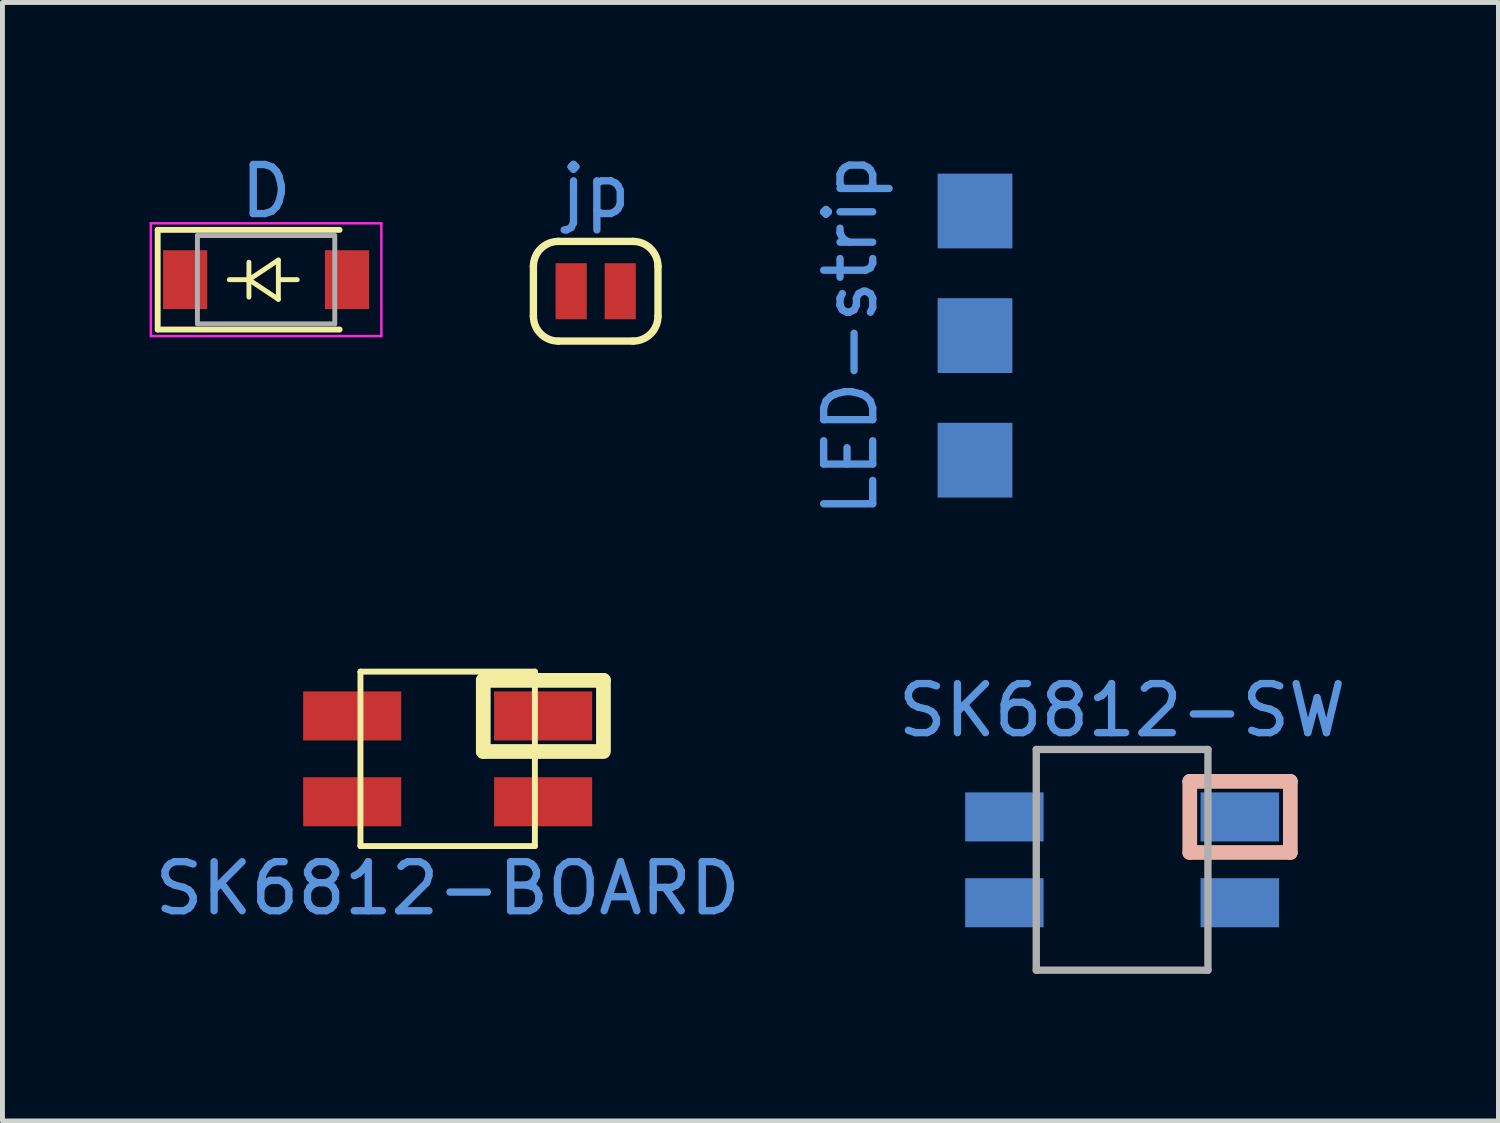
<source format=kicad_pcb>
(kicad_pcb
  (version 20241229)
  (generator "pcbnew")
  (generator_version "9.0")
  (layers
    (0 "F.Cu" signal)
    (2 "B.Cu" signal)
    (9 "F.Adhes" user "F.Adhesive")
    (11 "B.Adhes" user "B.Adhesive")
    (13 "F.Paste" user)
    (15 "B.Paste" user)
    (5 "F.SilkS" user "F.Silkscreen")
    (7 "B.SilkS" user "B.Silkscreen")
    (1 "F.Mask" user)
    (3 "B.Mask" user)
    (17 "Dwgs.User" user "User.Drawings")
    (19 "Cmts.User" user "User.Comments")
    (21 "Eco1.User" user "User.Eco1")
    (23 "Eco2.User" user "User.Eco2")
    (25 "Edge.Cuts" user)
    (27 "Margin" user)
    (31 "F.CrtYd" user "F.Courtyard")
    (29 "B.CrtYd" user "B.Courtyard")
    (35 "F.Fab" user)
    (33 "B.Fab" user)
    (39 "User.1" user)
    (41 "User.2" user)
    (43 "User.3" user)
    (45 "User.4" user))
  (footprint "SK6812-BOARD"
    (layer "F.Cu")
    (at 6.077 12.421)
    (property "Reference" "SK6812-BOARD" (at 0 2.642 0) (layer "Cmts.User") (effects (font (size 1 1) (thickness 0.15))))
    (attr through_hole)
    (fp_line (start -1.778 -1.778) (end -1.778 1.778) (stroke (width 0.12) (type solid)) (layer "F.SilkS"))
    (fp_line (start -1.778 1.778) (end 1.778 1.778) (stroke (width 0.12) (type solid)) (layer "F.SilkS"))
    (fp_line (start 0.726 -1.6) (end 0.726 -0.15) (stroke (width 0.3) (type solid)) (layer "F.SilkS"))
    (fp_line (start 0.726 -0.15) (end 3.146 -0.15) (stroke (width 0.3) (type solid)) (layer "F.SilkS"))
    (fp_line (start 1.778 -1.778) (end -1.778 -1.778) (stroke (width 0.12) (type solid)) (layer "F.SilkS"))
    (fp_line (start 1.778 1.778) (end 1.778 -1.778) (stroke (width 0.12) (type solid)) (layer "F.SilkS"))
    (fp_line (start 3.176 -1.6) (end 0.726 -1.6) (stroke (width 0.3) (type solid)) (layer "F.SilkS"))
    (fp_line (start 3.176 -0.15) (end 3.176 -1.6) (stroke (width 0.3) (type solid)) (layer "F.SilkS"))
    (pad "1" smd rect (at -1.946 -0.875) (size 2 1) (layers "F.Cu" "F.Mask" "F.Paste"))
    (pad "2" smd rect (at -1.946 0.875) (size 2 1) (layers "F.Cu" "F.Mask" "F.Paste"))
    (pad "3" smd rect (at 1.946 0.875) (size 2 1) (layers "F.Cu" "F.Mask" "F.Paste"))
    (pad "4" smd rect (at 1.946 -0.875) (size 2 1) (layers "F.Cu" "F.Mask" "F.Paste")))
  (footprint "LED-strip"
    (layer "F.Cu")
    (at 16.828 1.252)
    (property "Reference" "LED-strip" (at -2.54 2.54 90) (layer "Cmts.User") (effects (font (size 1 1) (thickness 0.15))))
    (attr through_hole)
    (pad "1" smd rect (at 0 5.08) (size 1.524 1.524) (layers "B.Cu" "B.Mask" "B.Paste"))
    (pad "2" smd rect (at 0 2.54) (size 1.524 1.524) (layers "B.Cu" "B.Mask" "B.Paste"))
    (pad "3" smd rect (at 0 0) (size 1.524 1.524) (layers "B.Cu" "B.Mask" "B.Paste")))
  (footprint "D"
    (layer "F.Cu")
    (at 2.375 2.652)
    (property "Reference" "D" (at 0 -1.803 0) (layer "Cmts.User") (effects (font (size 1 1) (thickness 0.15))))
    (attr through_hole)
    (fp_line (start -2.21 -1.016) (end -2.21 1.016) (stroke (width 0.12) (type solid)) (layer "F.SilkS"))
    (fp_line (start -0.75 0) (end -0.35 0) (stroke (width 0.1) (type solid)) (layer "F.SilkS"))
    (fp_line (start -0.35 0) (end -0.35 -0.356) (stroke (width 0.1) (type solid)) (layer "F.SilkS"))
    (fp_line (start -0.35 0) (end -0.35 0.356) (stroke (width 0.1) (type solid)) (layer "F.SilkS"))
    (fp_line (start -0.35 0) (end 0.25 -0.4) (stroke (width 0.1) (type solid)) (layer "F.SilkS"))
    (fp_line (start 0.25 -0.4) (end 0.25 0.4) (stroke (width 0.1) (type solid)) (layer "F.SilkS"))
    (fp_line (start 0.25 0) (end 0.635 0) (stroke (width 0.1) (type solid)) (layer "F.SilkS"))
    (fp_line (start 0.25 0.4) (end -0.35 0) (stroke (width 0.1) (type solid)) (layer "F.SilkS"))
    (fp_line (start 1.499 -1.016) (end -2.21 -1.016) (stroke (width 0.12) (type solid)) (layer "F.SilkS"))
    (fp_line (start 1.499 1.016) (end -2.21 1.016) (stroke (width 0.12) (type solid)) (layer "F.SilkS"))
    (fp_line (start -2.35 -1.15) (end -2.35 1.15) (stroke (width 0.05) (type solid)) (layer "F.CrtYd"))
    (fp_line (start -2.35 -1.15) (end 2.35 -1.15) (stroke (width 0.05) (type solid)) (layer "F.CrtYd"))
    (fp_line (start 2.35 -1.15) (end 2.35 1.15) (stroke (width 0.05) (type solid)) (layer "F.CrtYd"))
    (fp_line (start 2.35 1.15) (end -2.35 1.15) (stroke (width 0.05) (type solid)) (layer "F.CrtYd"))
    (fp_line (start -1.4 -0.9) (end 1.4 -0.9) (stroke (width 0.1) (type solid)) (layer "F.Fab"))
    (fp_line (start -1.4 0.9) (end -1.4 -0.9) (stroke (width 0.1) (type solid)) (layer "F.Fab"))
    (fp_line (start 1.4 -0.9) (end 1.4 0.9) (stroke (width 0.1) (type solid)) (layer "F.Fab"))
    (fp_line (start 1.4 0.9) (end -1.4 0.9) (stroke (width 0.1) (type solid)) (layer "F.Fab"))
    (pad "1" smd rect (at -1.65 0) (size 0.9 1.2) (layers "F.Cu" "F.Mask" "F.Paste"))
    (pad "2" smd rect (at 1.65 0) (size 0.9 1.2) (layers "F.Cu" "F.Mask" "F.Paste")))
  (footprint "jp"
    (layer "F.Cu")
    (at 9.095 2.888)
    (property "Reference" "jp" (at 0 -2.04 0) (layer "Cmts.User") (effects (font (size 1 1) (thickness 0.15))))
    (attr through_hole)
    (fp_line (start -1.27 0.508) (end -1.27 -0.508) (stroke (width 0.15) (type solid)) (layer "F.SilkS"))
    (fp_line (start -0.762 -1.016) (end 0.762 -1.016) (stroke (width 0.15) (type solid)) (layer "F.SilkS"))
    (fp_line (start 0.762 1.016) (end -0.762 1.016) (stroke (width 0.15) (type solid)) (layer "F.SilkS"))
    (fp_line (start 1.27 -0.508) (end 1.27 0.508) (stroke (width 0.15) (type solid)) (layer "F.SilkS"))
    (fp_arc (start -1.27 -0.508) (mid -1.12121 -0.86721) (end -0.762 -1.016) (stroke (width 0.15) (type solid)) (layer "F.SilkS"))
    (fp_arc (start -0.762 1.016) (mid -1.12121 0.86721) (end -1.27 0.508) (stroke (width 0.15) (type solid)) (layer "F.SilkS"))
    (fp_arc (start 0.762 -1.016) (mid 1.12121 -0.86721) (end 1.27 -0.508) (stroke (width 0.15) (type solid)) (layer "F.SilkS"))
    (fp_arc (start 1.27 0.508) (mid 1.12121 0.86721) (end 0.762 1.016) (stroke (width 0.15) (type solid)) (layer "F.SilkS"))
    (pad "1" smd rect (at -0.5 0) (size 0.635 1.143) (layers "F.Cu" "F.Mask" "F.Paste"))
    (pad "2" smd rect (at 0.5 0) (size 0.635 1.143) (layers "F.Cu" "F.Mask" "F.Paste")))
  (footprint "SK6812-SW"
    (layer "F.Cu")
    (at 19.827 14.48)
    (property "Reference" "SK6812-SW" (at 0 -3.048 0) (layer "Cmts.User") (effects (font (size 1 1) (thickness 0.15))))
    (attr through_hole)
    (fp_line (start 1.38 -1.6) (end 3.43 -1.6) (stroke (width 0.3) (type solid)) (layer "B.SilkS"))
    (fp_line (start 1.38 -0.15) (end 1.38 -1.6) (stroke (width 0.3) (type solid)) (layer "B.SilkS"))
    (fp_line (start 3.43 -1.6) (end 3.43 -0.15) (stroke (width 0.3) (type solid)) (layer "B.SilkS"))
    (fp_line (start 3.43 -0.15) (end 1.38 -0.15) (stroke (width 0.3) (type solid)) (layer "B.SilkS"))
    (fp_line (start -1.75 -2.25) (end -1.75 2.25) (stroke (width 0.15) (type solid)) (layer "F.Fab"))
    (fp_line (start -1.75 -2.25) (end 1.75 -2.25) (stroke (width 0.15) (type solid)) (layer "F.Fab"))
    (fp_line (start 1.75 -2.25) (end 1.75 2.25) (stroke (width 0.15) (type solid)) (layer "F.Fab"))
    (fp_line (start 1.75 2.25) (end -1.75 2.25) (stroke (width 0.15) (type solid)) (layer "F.Fab"))
    (pad "1" smd rect (at -2.4 -0.875) (size 1.6 1) (layers "B.Cu" "B.Mask" "B.Paste"))
    (pad "2" smd rect (at -2.4 0.875) (size 1.6 1) (layers "B.Cu" "B.Mask" "B.Paste"))
    (pad "3" smd rect (at 2.4 0.875) (size 1.6 1) (layers "B.Cu" "B.Mask" "B.Paste"))
    (pad "4" smd rect (at 2.4 -0.875) (size 1.6 1) (layers "B.Cu" "B.Mask" "B.Paste")))
  (gr_rect
    (start -3 -3)
    (end 27.5 19.805)
    (stroke (width 0.1) (type default))
    (fill no)
    (layer "Edge.Cuts")))
</source>
